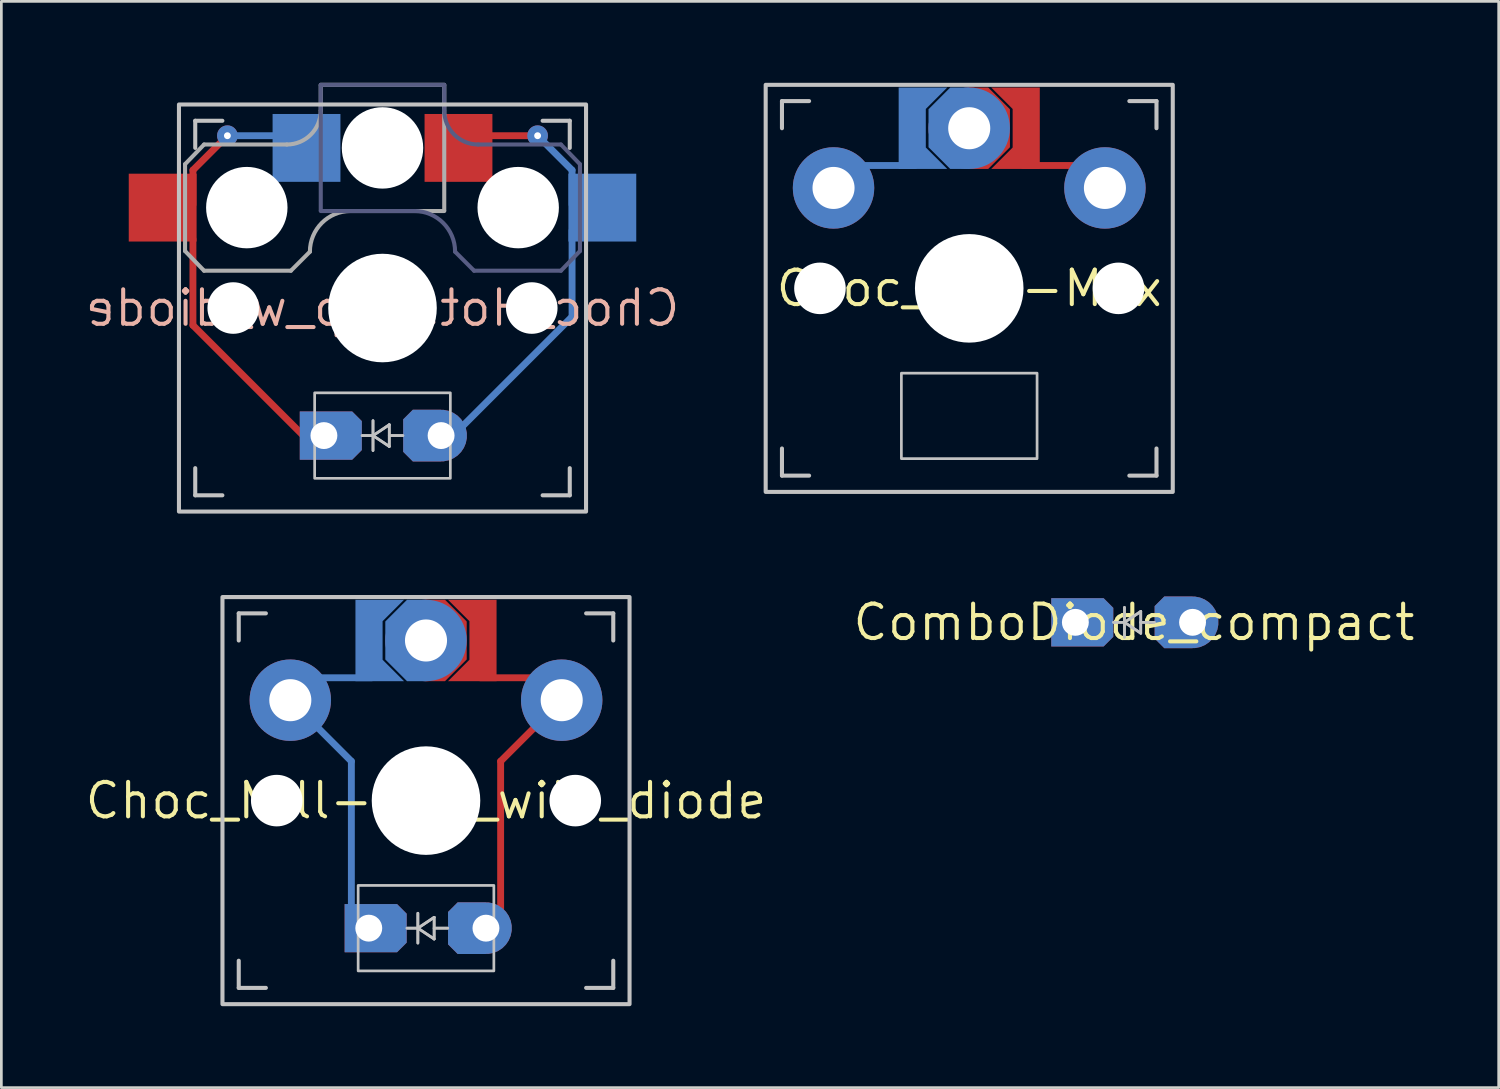
<source format=kicad_pcb>
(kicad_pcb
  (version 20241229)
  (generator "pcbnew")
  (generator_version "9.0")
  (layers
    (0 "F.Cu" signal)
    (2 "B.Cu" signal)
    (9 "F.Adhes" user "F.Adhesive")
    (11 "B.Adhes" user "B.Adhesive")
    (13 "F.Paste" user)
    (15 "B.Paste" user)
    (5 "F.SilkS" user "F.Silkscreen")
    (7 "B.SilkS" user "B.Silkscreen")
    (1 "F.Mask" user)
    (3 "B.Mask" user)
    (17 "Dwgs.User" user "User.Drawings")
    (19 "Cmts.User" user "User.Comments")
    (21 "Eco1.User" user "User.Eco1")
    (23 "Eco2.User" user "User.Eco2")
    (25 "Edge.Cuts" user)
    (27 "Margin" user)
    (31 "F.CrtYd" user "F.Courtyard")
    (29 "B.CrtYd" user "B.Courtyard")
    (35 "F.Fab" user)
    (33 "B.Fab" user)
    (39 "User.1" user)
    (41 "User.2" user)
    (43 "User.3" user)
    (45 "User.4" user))
  (footprint "ComboDiode_compact"
    (layer "F.Cu")
    (at 38.733 19.881)
    (property "Reference" "ComboDiode_compact" (at 0 0 180) (layer "F.SilkS") (effects (font (size 1.27 1.27) (thickness 0.15))))
    (attr through_hole)
    (fp_line (start -0.75 0) (end -0.35 0) (stroke (width 0.1) (type solid)) (layer "Dwgs.User"))
    (fp_line (start -0.75 0) (end -0.35 0) (stroke (width 0.1) (type solid)) (layer "Dwgs.User"))
    (fp_line (start -0.35 0) (end -0.35 -0.55) (stroke (width 0.1) (type solid)) (layer "Dwgs.User"))
    (fp_line (start -0.35 0) (end -0.35 -0.55) (stroke (width 0.1) (type solid)) (layer "Dwgs.User"))
    (fp_line (start -0.35 0) (end -0.35 0.55) (stroke (width 0.1) (type solid)) (layer "Dwgs.User"))
    (fp_line (start -0.35 0) (end -0.35 0.55) (stroke (width 0.1) (type solid)) (layer "Dwgs.User"))
    (fp_line (start -0.35 0) (end 0.25 -0.4) (stroke (width 0.1) (type solid)) (layer "Dwgs.User"))
    (fp_line (start -0.35 0) (end 0.25 -0.4) (stroke (width 0.1) (type solid)) (layer "Dwgs.User"))
    (fp_line (start 0.25 -0.4) (end 0.25 0.4) (stroke (width 0.1) (type solid)) (layer "Dwgs.User"))
    (fp_line (start 0.25 -0.4) (end 0.25 0.4) (stroke (width 0.1) (type solid)) (layer "Dwgs.User"))
    (fp_line (start 0.25 0) (end 0.75 0) (stroke (width 0.1) (type solid)) (layer "Dwgs.User"))
    (fp_line (start 0.25 0) (end 0.75 0) (stroke (width 0.1) (type solid)) (layer "Dwgs.User"))
    (fp_line (start 0.25 0.4) (end -0.35 0) (stroke (width 0.1) (type solid)) (layer "Dwgs.User"))
    (fp_line (start 0.25 0.4) (end -0.35 0) (stroke (width 0.1) (type solid)) (layer "Dwgs.User"))
    (pad "1" thru_hole roundrect (at -2.159 0) (size 2.286 1.778) (drill 0.991 (offset 0.254 0)) (layers "*.Cu" "*.Paste" "*.Mask") (roundrect_rratio 0) (chamfer_ratio 0.2) (chamfer top_right bottom_right))
    (pad "2" thru_hole custom (at 2.159 0) (size 1.905 1.905) (drill 0.991) (layers "*.Cu" "*.Paste" "*.Mask") (options (anchor circle)) (primitives (gr_poly (pts (xy 0 0.953) (xy 0 -0.953) (xy -1.041 -0.953) (xy -1.397 -0.597) (xy -1.397 0.597) (xy -1.041 0.953)) (width 0) (fill yes)))))
  (footprint "Choc_Mill-Max_with_diode"
    (layer "F.Cu")
    (at 12.647 26.45)
    (property "Reference" "Choc_Mill-Max_with_diode" (at 0 0 180) (layer "F.SilkS") (effects (font (size 1.27 1.27) (thickness 0.15))))
    (attr through_hole)
    (fp_line (start 2.75 -1.45) (end 2.75 5) (stroke (width 0.254) (type default)) (layer "F.Cu"))
    (fp_line (start 5 -4.527) (end 2 -4.527) (stroke (width 0.254) (type default)) (layer "F.Cu"))
    (fp_line (start 5 -3.7) (end 2.75 -1.45) (stroke (width 0.254) (type default)) (layer "F.Cu"))
    (fp_rect (start 2.6 -4.4) (end 0 -7.4) (stroke (width 0) (type solid)) (fill yes) (layer "F.Mask"))
    (fp_line (start -5 -3.7) (end -2.75 -1.45) (stroke (width 0.254) (type default)) (layer "B.Cu"))
    (fp_line (start -2.75 -1.45) (end -2.75 5) (stroke (width 0.254) (type default)) (layer "B.Cu"))
    (fp_line (start -2 -4.527) (end -5 -4.527) (stroke (width 0.254) (type default)) (layer "B.Cu"))
    (fp_rect (start -2.6 -4.4) (end 0 -7.4) (stroke (width 0) (type solid)) (fill yes) (layer "B.Mask"))
    (fp_line (start -6.9 -6.9) (end -6.9 -5.9) (stroke (width 0.15) (type solid)) (layer "Dwgs.User"))
    (fp_line (start -6.9 -6.9) (end -5.9 -6.9) (stroke (width 0.15) (type solid)) (layer "Dwgs.User"))
    (fp_line (start -6.9 5.9) (end -6.9 6.9) (stroke (width 0.15) (type solid)) (layer "Dwgs.User"))
    (fp_line (start -5.9 6.9) (end -6.9 6.9) (stroke (width 0.15) (type solid)) (layer "Dwgs.User"))
    (fp_line (start -0.7 4.7) (end -0.3 4.7) (stroke (width 0.1) (type solid)) (layer "Dwgs.User"))
    (fp_line (start -0.7 4.7) (end -0.3 4.7) (stroke (width 0.1) (type solid)) (layer "Dwgs.User"))
    (fp_line (start -0.3 4.7) (end -0.3 4.15) (stroke (width 0.1) (type solid)) (layer "Dwgs.User"))
    (fp_line (start -0.3 4.7) (end -0.3 4.15) (stroke (width 0.1) (type solid)) (layer "Dwgs.User"))
    (fp_line (start -0.3 4.7) (end -0.3 5.25) (stroke (width 0.1) (type solid)) (layer "Dwgs.User"))
    (fp_line (start -0.3 4.7) (end -0.3 5.25) (stroke (width 0.1) (type solid)) (layer "Dwgs.User"))
    (fp_line (start -0.3 4.7) (end 0.3 4.3) (stroke (width 0.1) (type solid)) (layer "Dwgs.User"))
    (fp_line (start -0.3 4.7) (end 0.3 4.3) (stroke (width 0.1) (type solid)) (layer "Dwgs.User"))
    (fp_line (start 0.3 4.3) (end 0.3 5.1) (stroke (width 0.1) (type solid)) (layer "Dwgs.User"))
    (fp_line (start 0.3 4.3) (end 0.3 5.1) (stroke (width 0.1) (type solid)) (layer "Dwgs.User"))
    (fp_line (start 0.3 4.7) (end 0.8 4.7) (stroke (width 0.1) (type solid)) (layer "Dwgs.User"))
    (fp_line (start 0.3 4.7) (end 0.8 4.7) (stroke (width 0.1) (type solid)) (layer "Dwgs.User"))
    (fp_line (start 0.3 5.1) (end -0.3 4.7) (stroke (width 0.1) (type solid)) (layer "Dwgs.User"))
    (fp_line (start 0.3 5.1) (end -0.3 4.7) (stroke (width 0.1) (type solid)) (layer "Dwgs.User"))
    (fp_line (start 5.9 -6.9) (end 6.9 -6.9) (stroke (width 0.15) (type solid)) (layer "Dwgs.User"))
    (fp_line (start 6.9 -5.9) (end 6.9 -6.9) (stroke (width 0.15) (type solid)) (layer "Dwgs.User"))
    (fp_line (start 6.9 6.9) (end 5.9 6.9) (stroke (width 0.15) (type solid)) (layer "Dwgs.User"))
    (fp_line (start 6.9 6.9) (end 6.9 5.9) (stroke (width 0.15) (type solid)) (layer "Dwgs.User"))
    (fp_rect (start -7.5 -7.5) (end 7.5 7.5) (stroke (width 0.15) (type default)) (fill no) (layer "Dwgs.User"))
    (fp_rect (start -2.5 3.125) (end 2.5 6.275) (stroke (width 0.1) (type default)) (fill no) (layer "Dwgs.User"))
    (fp_circle (center 0 0) (end 1 0) (stroke (width 0.1) (type default)) (fill no) (layer "Dwgs.User"))
    (pad "" np_thru_hole circle (at -5.5 0 270) (size 1.9 1.9) (drill 1.9) (layers "*.Cu" "*.Mask"))
    (pad "" smd custom (at 0 -5.9 180) (size 0.7 3) (drill (offset -0.35 0)) (layers "F.Cu" "F.Mask" "F.Paste") (options (anchor rect)) (primitives (gr_poly (pts (xy -0.35 1.5) (xy -1.15 0.7) (xy -1.15 -0.7) (xy -0.35 -1.5)) (width 0) (fill yes))))
    (pad "" smd custom (at 0 -5.9 180) (size 0.7 3) (drill (offset 0.35 0)) (layers "B.Cu" "B.Mask" "B.Paste") (options (anchor rect)) (primitives (gr_poly (pts (xy 0.35 1.5) (xy 1.15 0.7) (xy 1.15 -0.7) (xy 0.35 -1.5)) (width 0) (fill yes))))
    (pad "" thru_hole circle (at 0 -5.9) (size 3 3) (drill 1.55) (layers "*.Cu" "*.Paste" "*.Mask"))
    (pad "" np_thru_hole circle (at 0 0 270) (size 4 4) (drill 4) (layers "*.Cu" "*.Mask"))
    (pad "" np_thru_hole circle (at 5.5 0 270) (size 1.9 1.9) (drill 1.9) (layers "*.Cu" "*.Mask"))
    (pad "1" thru_hole roundrect (at -2.109 4.7) (size 2.286 1.778) (drill 0.991 (offset 0.254 0)) (layers "*.Cu" "*.Paste" "*.Mask") (roundrect_rratio 0) (chamfer_ratio 0.2) (chamfer top_right bottom_right))
    (pad "1" smd custom (at 0 -5.9 180) (size 1 3) (drill (offset -2.1 0)) (layers "F.Cu" "F.Mask" "F.Paste") (options (anchor rect)) (primitives (gr_poly (pts (xy 1.29 1.5) (xy 0.49 0.7) (xy 0.49 1.5)) (width 0) (fill yes)) (gr_poly (pts (xy 1.29 -1.5) (xy 0.49 -0.7) (xy 0.49 -1.5)) (width 0) (fill yes))))
    (pad "1" thru_hole circle (at 5 -3.7) (size 3 3) (drill 1.55) (layers "*.Cu" "B.Mask" "B.Paste"))
    (pad "2" thru_hole circle (at -5 -3.7) (size 3 3) (drill 1.55) (layers "*.Cu" "F.Mask" "F.Paste"))
    (pad "2" smd custom (at 0 -5.9 180) (size 1 3) (drill (offset 2.1 0)) (layers "B.Cu" "B.Mask" "B.Paste") (options (anchor rect)) (primitives (gr_poly (pts (xy -1.29 1.5) (xy -0.49 0.7) (xy -0.49 1.5)) (width 0) (fill yes)) (gr_poly (pts (xy -1.29 -1.5) (xy -0.49 -0.7) (xy -0.49 -1.5)) (width 0) (fill yes))))
    (pad "2" thru_hole custom (at 2.209 4.7) (size 1.905 1.905) (drill 0.991) (layers "*.Cu" "*.Paste" "*.Mask") (options (anchor circle)) (primitives (gr_poly (pts (xy 0 0.953) (xy 0 -0.953) (xy -1.041 -0.953) (xy -1.397 -0.597) (xy -1.397 0.597) (xy -1.041 0.953)) (width 0) (fill yes)))))
  (footprint "Choc_Hotswap_w_diode"
    (layer "F.Cu")
    (at 11.044 8.3)
    (property "Reference" "Choc_Hotswap_w_diode" (at 0 0 180) (layer "B.SilkS") (effects (font (size 1.27 1.27) (thickness 0.15)) (justify mirror)))
    (attr through_hole)
    (fp_line (start -6.985 -5.08) (end -5.715 -6.35) (stroke (width 0.254) (type default)) (layer "F.Cu"))
    (fp_line (start -6.985 -3.81) (end -6.985 -5.08) (stroke (width 0.254) (type default)) (layer "F.Cu"))
    (fp_line (start -6.985 -2.54) (end -6.985 0.635) (stroke (width 0.254) (type default)) (layer "F.Cu"))
    (fp_line (start -6.985 0.635) (end -2.54 5.08) (stroke (width 0.254) (type default)) (layer "F.Cu"))
    (fp_line (start 5.715 -6.35) (end 1.905 -6.35) (stroke (width 0.254) (type default)) (layer "F.Cu"))
    (fp_line (start -5.715 -6.35) (end -1.905 -6.35) (stroke (width 0.254) (type default)) (layer "B.Cu"))
    (fp_line (start 6.985 -5.08) (end 5.715 -6.35) (stroke (width 0.254) (type default)) (layer "B.Cu"))
    (fp_line (start 6.985 -3.81) (end 6.985 -5.08) (stroke (width 0.254) (type default)) (layer "B.Cu"))
    (fp_line (start 6.985 -2.857) (end 6.985 0.318) (stroke (width 0.254) (type default)) (layer "B.Cu"))
    (fp_line (start 6.985 0.318) (end 2.54 4.763) (stroke (width 0.254) (type default)) (layer "B.Cu"))
    (fp_line (start -6.9 -6.9) (end -6.9 -5.9) (stroke (width 0.15) (type solid)) (layer "Dwgs.User"))
    (fp_line (start -6.9 -6.9) (end -5.9 -6.9) (stroke (width 0.15) (type solid)) (layer "Dwgs.User"))
    (fp_line (start -6.9 5.9) (end -6.9 6.9) (stroke (width 0.15) (type solid)) (layer "Dwgs.User"))
    (fp_line (start -5.9 6.9) (end -6.9 6.9) (stroke (width 0.15) (type solid)) (layer "Dwgs.User"))
    (fp_line (start -0.75 4.7) (end -0.35 4.7) (stroke (width 0.1) (type solid)) (layer "Dwgs.User"))
    (fp_line (start -0.75 4.7) (end -0.35 4.7) (stroke (width 0.1) (type solid)) (layer "Dwgs.User"))
    (fp_line (start -0.35 4.7) (end -0.35 4.15) (stroke (width 0.1) (type solid)) (layer "Dwgs.User"))
    (fp_line (start -0.35 4.7) (end -0.35 4.15) (stroke (width 0.1) (type solid)) (layer "Dwgs.User"))
    (fp_line (start -0.35 4.7) (end -0.35 5.25) (stroke (width 0.1) (type solid)) (layer "Dwgs.User"))
    (fp_line (start -0.35 4.7) (end -0.35 5.25) (stroke (width 0.1) (type solid)) (layer "Dwgs.User"))
    (fp_line (start -0.35 4.7) (end 0.25 4.3) (stroke (width 0.1) (type solid)) (layer "Dwgs.User"))
    (fp_line (start -0.35 4.7) (end 0.25 4.3) (stroke (width 0.1) (type solid)) (layer "Dwgs.User"))
    (fp_line (start 0.25 4.3) (end 0.25 5.1) (stroke (width 0.1) (type solid)) (layer "Dwgs.User"))
    (fp_line (start 0.25 4.3) (end 0.25 5.1) (stroke (width 0.1) (type solid)) (layer "Dwgs.User"))
    (fp_line (start 0.25 4.7) (end 0.75 4.7) (stroke (width 0.1) (type solid)) (layer "Dwgs.User"))
    (fp_line (start 0.25 4.7) (end 0.75 4.7) (stroke (width 0.1) (type solid)) (layer "Dwgs.User"))
    (fp_line (start 0.25 5.1) (end -0.35 4.7) (stroke (width 0.1) (type solid)) (layer "Dwgs.User"))
    (fp_line (start 0.25 5.1) (end -0.35 4.7) (stroke (width 0.1) (type solid)) (layer "Dwgs.User"))
    (fp_line (start 5.9 -6.9) (end 6.9 -6.9) (stroke (width 0.15) (type solid)) (layer "Dwgs.User"))
    (fp_line (start 6.9 -5.9) (end 6.9 -6.9) (stroke (width 0.15) (type solid)) (layer "Dwgs.User"))
    (fp_line (start 6.9 6.9) (end 5.9 6.9) (stroke (width 0.15) (type solid)) (layer "Dwgs.User"))
    (fp_line (start 6.9 6.9) (end 6.9 5.9) (stroke (width 0.15) (type solid)) (layer "Dwgs.User"))
    (fp_rect (start -7.5 -7.5) (end 7.5 7.5) (stroke (width 0.15) (type default)) (fill no) (layer "Dwgs.User"))
    (fp_rect (start -2.5 3.125) (end 2.5 6.275) (stroke (width 0.1) (type default)) (fill no) (layer "Dwgs.User"))
    (fp_circle (center 0 0) (end 1 0) (stroke (width 0.1) (type default)) (fill no) (layer "Dwgs.User"))
    (fp_line (start -2.275 -8.225) (end 2.275 -8.225) (stroke (width 0.15) (type solid)) (layer "B.Fab"))
    (fp_line (start -2.275 -3.6) (end -2.275 -8.2) (stroke (width 0.15) (type solid)) (layer "B.Fab"))
    (fp_line (start -2.275 -3.575) (end 1.175 -3.575) (stroke (width 0.15) (type solid)) (layer "B.Fab"))
    (fp_line (start 2.275 -7.275) (end 2.275 -8.2) (stroke (width 0.15) (type solid)) (layer "B.Fab"))
    (fp_line (start 2.675 -2.075) (end 3.375 -1.375) (stroke (width 0.15) (type solid)) (layer "B.Fab"))
    (fp_line (start 3.375 -1.375) (end 6.575 -1.375) (stroke (width 0.15) (type solid)) (layer "B.Fab"))
    (fp_line (start 3.525 -6.025) (end 6.575 -6.025) (stroke (width 0.15) (type solid)) (layer "B.Fab"))
    (fp_line (start 6.575 -6.025) (end 7.275 -5.3) (stroke (width 0.15) (type solid)) (layer "B.Fab"))
    (fp_line (start 7.275 -2.1) (end 6.575 -1.375) (stroke (width 0.15) (type solid)) (layer "B.Fab"))
    (fp_line (start 7.275 -2.1) (end 7.275 -5.3) (stroke (width 0.15) (type solid)) (layer "B.Fab"))
    (fp_arc (start 1.175 -3.574999) (mid 2.235659 -3.135659) (end 2.674999 -2.075) (stroke (width 0.15) (type solid)) (layer "B.Fab"))
    (fp_arc (start 3.525 -6.025) (mid 2.641117 -6.391117) (end 2.275 -7.275) (stroke (width 0.15) (type default)) (layer "B.Fab"))
    (fp_line (start -7.275 -2.1) (end -7.275 -5.3) (stroke (width 0.15) (type solid)) (layer "F.Fab"))
    (fp_line (start -7.275 -2.1) (end -6.575 -1.375) (stroke (width 0.15) (type solid)) (layer "F.Fab"))
    (fp_line (start -6.575 -6.025) (end -7.275 -5.3) (stroke (width 0.15) (type solid)) (layer "F.Fab"))
    (fp_line (start -3.525 -6.025) (end -6.575 -6.025) (stroke (width 0.15) (type solid)) (layer "F.Fab"))
    (fp_line (start -3.375 -1.375) (end -6.575 -1.375) (stroke (width 0.15) (type solid)) (layer "F.Fab"))
    (fp_line (start -2.675 -2.075) (end -3.375 -1.375) (stroke (width 0.15) (type solid)) (layer "F.Fab"))
    (fp_line (start -2.275 -7.275) (end -2.275 -8.2) (stroke (width 0.15) (type solid)) (layer "F.Fab"))
    (fp_line (start 2.275 -8.225) (end -2.275 -8.225) (stroke (width 0.15) (type solid)) (layer "F.Fab"))
    (fp_line (start 2.275 -3.6) (end 2.275 -8.2) (stroke (width 0.15) (type solid)) (layer "F.Fab"))
    (fp_line (start 2.275 -3.575) (end -1.175 -3.575) (stroke (width 0.15) (type solid)) (layer "F.Fab"))
    (fp_arc (start -2.674999 -2.075) (mid -2.235659 -3.135659) (end -1.175 -3.574999) (stroke (width 0.15) (type solid)) (layer "F.Fab"))
    (fp_arc (start -2.275 -7.275) (mid -2.641116 -6.391116) (end -3.525 -6.025) (stroke (width 0.15) (type default)) (layer "F.Fab"))
    (pad "" np_thru_hole circle (at -5.5 0 90) (size 1.9 1.9) (drill 1.9) (layers "*.Cu" "*.Mask"))
    (pad "" np_thru_hole circle (at -5 -3.7 90) (size 3 3) (drill 3) (layers "*.Cu" "*.Mask"))
    (pad "" np_thru_hole circle (at 0 -5.9 90) (size 3 3) (drill 3) (layers "*.Cu" "*.Mask"))
    (pad "" np_thru_hole circle (at 0 0 90) (size 4 4) (drill 4) (layers "*.Cu" "*.Mask"))
    (pad "" np_thru_hole circle (at 5 -3.7 270) (size 3 3) (drill 3) (layers "*.Cu" "*.Mask"))
    (pad "" np_thru_hole circle (at 5.5 0 90) (size 1.9 1.9) (drill 1.9) (layers "*.Cu" "*.Mask"))
    (pad "1" smd rect (at -8.1 -3.7) (size 2.5 2.5) (layers "F.Cu" "F.Mask" "F.Paste"))
    (pad "1" thru_hole circle (at -5.715 -6.35 359) (size 0.762 0.762) (drill 0.254) (layers "*.Cu"))
    (pad "1" smd rect (at -2.8 -5.9) (size 2.5 2.5) (layers "B.Cu" "B.Mask" "B.Paste"))
    (pad "1" thru_hole roundrect (at -2.159 4.7) (size 2.286 1.778) (drill 0.991 (offset 0.254 0)) (layers "*.Cu" "*.Paste" "*.Mask") (roundrect_rratio 0) (chamfer_ratio 0.2) (chamfer top_right bottom_right))
    (pad "1" thru_hole circle (at 5.715 -6.35 1) (size 0.762 0.762) (drill 0.254) (layers "*.Cu"))
    (pad "2" thru_hole custom (at 2.159 4.7) (size 1.905 1.905) (drill 0.991) (layers "*.Cu" "*.Paste" "*.Mask") (options (anchor circle)) (primitives (gr_poly (pts (xy 0 0.953) (xy 0 -0.953) (xy -1.041 -0.953) (xy -1.397 -0.597) (xy -1.397 0.597) (xy -1.041 0.953)) (width 0) (fill yes))))
    (pad "2" smd rect (at 2.8 -5.9) (size 2.5 2.5) (layers "F.Cu" "F.Mask" "F.Paste"))
    (pad "2" smd rect (at 8.1 -3.7) (size 2.5 2.5) (layers "B.Cu" "B.Mask" "B.Paste")))
  (footprint "Choc_Mill-Max"
    (layer "F.Cu")
    (at 32.663 7.575)
    (property "Reference" "Choc_Mill-Max" (at 0 0 180) (layer "F.SilkS") (effects (font (size 1.27 1.27) (thickness 0.15))))
    (attr through_hole)
    (fp_line (start 5 -4.527) (end 2 -4.527) (stroke (width 0.254) (type default)) (layer "F.Cu"))
    (fp_rect (start 2.6 -4.4) (end 0 -7.4) (stroke (width 0) (type solid)) (fill yes) (layer "F.Mask"))
    (fp_line (start -2 -4.527) (end -5 -4.527) (stroke (width 0.254) (type default)) (layer "B.Cu"))
    (fp_rect (start -2.6 -4.4) (end 0 -7.4) (stroke (width 0) (type solid)) (fill yes) (layer "B.Mask"))
    (fp_line (start -6.9 -6.9) (end -6.9 -5.9) (stroke (width 0.15) (type solid)) (layer "Dwgs.User"))
    (fp_line (start -6.9 -6.9) (end -5.9 -6.9) (stroke (width 0.15) (type solid)) (layer "Dwgs.User"))
    (fp_line (start -6.9 5.9) (end -6.9 6.9) (stroke (width 0.15) (type solid)) (layer "Dwgs.User"))
    (fp_line (start -5.9 6.9) (end -6.9 6.9) (stroke (width 0.15) (type solid)) (layer "Dwgs.User"))
    (fp_line (start 5.9 -6.9) (end 6.9 -6.9) (stroke (width 0.15) (type solid)) (layer "Dwgs.User"))
    (fp_line (start 6.9 -5.9) (end 6.9 -6.9) (stroke (width 0.15) (type solid)) (layer "Dwgs.User"))
    (fp_line (start 6.9 6.9) (end 5.9 6.9) (stroke (width 0.15) (type solid)) (layer "Dwgs.User"))
    (fp_line (start 6.9 6.9) (end 6.9 5.9) (stroke (width 0.15) (type solid)) (layer "Dwgs.User"))
    (fp_rect (start -7.5 -7.5) (end 7.5 7.5) (stroke (width 0.15) (type default)) (fill no) (layer "Dwgs.User"))
    (fp_rect (start -2.5 3.125) (end 2.5 6.275) (stroke (width 0.1) (type default)) (fill no) (layer "Dwgs.User"))
    (fp_circle (center 0 0) (end 1 0) (stroke (width 0.1) (type default)) (fill no) (layer "Dwgs.User"))
    (pad "" np_thru_hole circle (at -5.5 0 270) (size 1.9 1.9) (drill 1.9) (layers "*.Cu" "*.Mask"))
    (pad "" smd custom (at 0 -5.9 180) (size 0.7 3) (drill (offset -0.35 0)) (layers "F.Cu" "F.Mask" "F.Paste") (options (anchor rect)) (primitives (gr_poly (pts (xy -0.35 1.5) (xy -1.15 0.7) (xy -1.15 -0.7) (xy -0.35 -1.5)) (width 0) (fill yes))))
    (pad "" smd custom (at 0 -5.9 180) (size 0.7 3) (drill (offset 0.35 0)) (layers "B.Cu" "B.Mask" "B.Paste") (options (anchor rect)) (primitives (gr_poly (pts (xy 0.35 1.5) (xy 1.15 0.7) (xy 1.15 -0.7) (xy 0.35 -1.5)) (width 0) (fill yes))))
    (pad "" thru_hole circle (at 0 -5.9) (size 3 3) (drill 1.55) (layers "*.Cu" "*.Paste" "*.Mask"))
    (pad "" np_thru_hole circle (at 0 0 270) (size 4 4) (drill 4) (layers "*.Cu" "*.Mask"))
    (pad "" np_thru_hole circle (at 5.5 0 270) (size 1.9 1.9) (drill 1.9) (layers "*.Cu" "*.Mask"))
    (pad "1" smd custom (at 0 -5.9 180) (size 1 3) (drill (offset -2.1 0)) (layers "F.Cu" "F.Mask") (options (anchor rect)) (primitives (gr_poly (pts (xy 1.29 1.5) (xy 0.49 0.7) (xy 0.49 1.5)) (width 0) (fill yes)) (gr_poly (pts (xy 1.29 -1.5) (xy 0.49 -0.7) (xy 0.49 -1.5)) (width 0) (fill yes))))
    (pad "1" thru_hole circle (at 5 -3.7) (size 3 3) (drill 1.55) (layers "*.Cu" "B.Mask" "B.Paste"))
    (pad "2" thru_hole circle (at -5 -3.7) (size 3 3) (drill 1.55) (layers "*.Cu" "F.Mask" "F.Paste"))
    (pad "2" smd custom (at 0 -5.9 180) (size 1 3) (drill (offset 2.1 0)) (layers "B.Cu" "B.Mask") (options (anchor rect)) (primitives (gr_poly (pts (xy -1.29 1.5) (xy -0.49 0.7) (xy -0.49 1.5)) (width 0) (fill yes)) (gr_poly (pts (xy -1.29 -1.5) (xy -0.49 -0.7) (xy -0.49 -1.5)) (width 0) (fill yes)))))
  (gr_rect
    (start -3 -3)
    (end 52.172 37.025)
    (stroke (width 0.1) (type default))
    (fill no)
    (layer "Edge.Cuts")))
</source>
